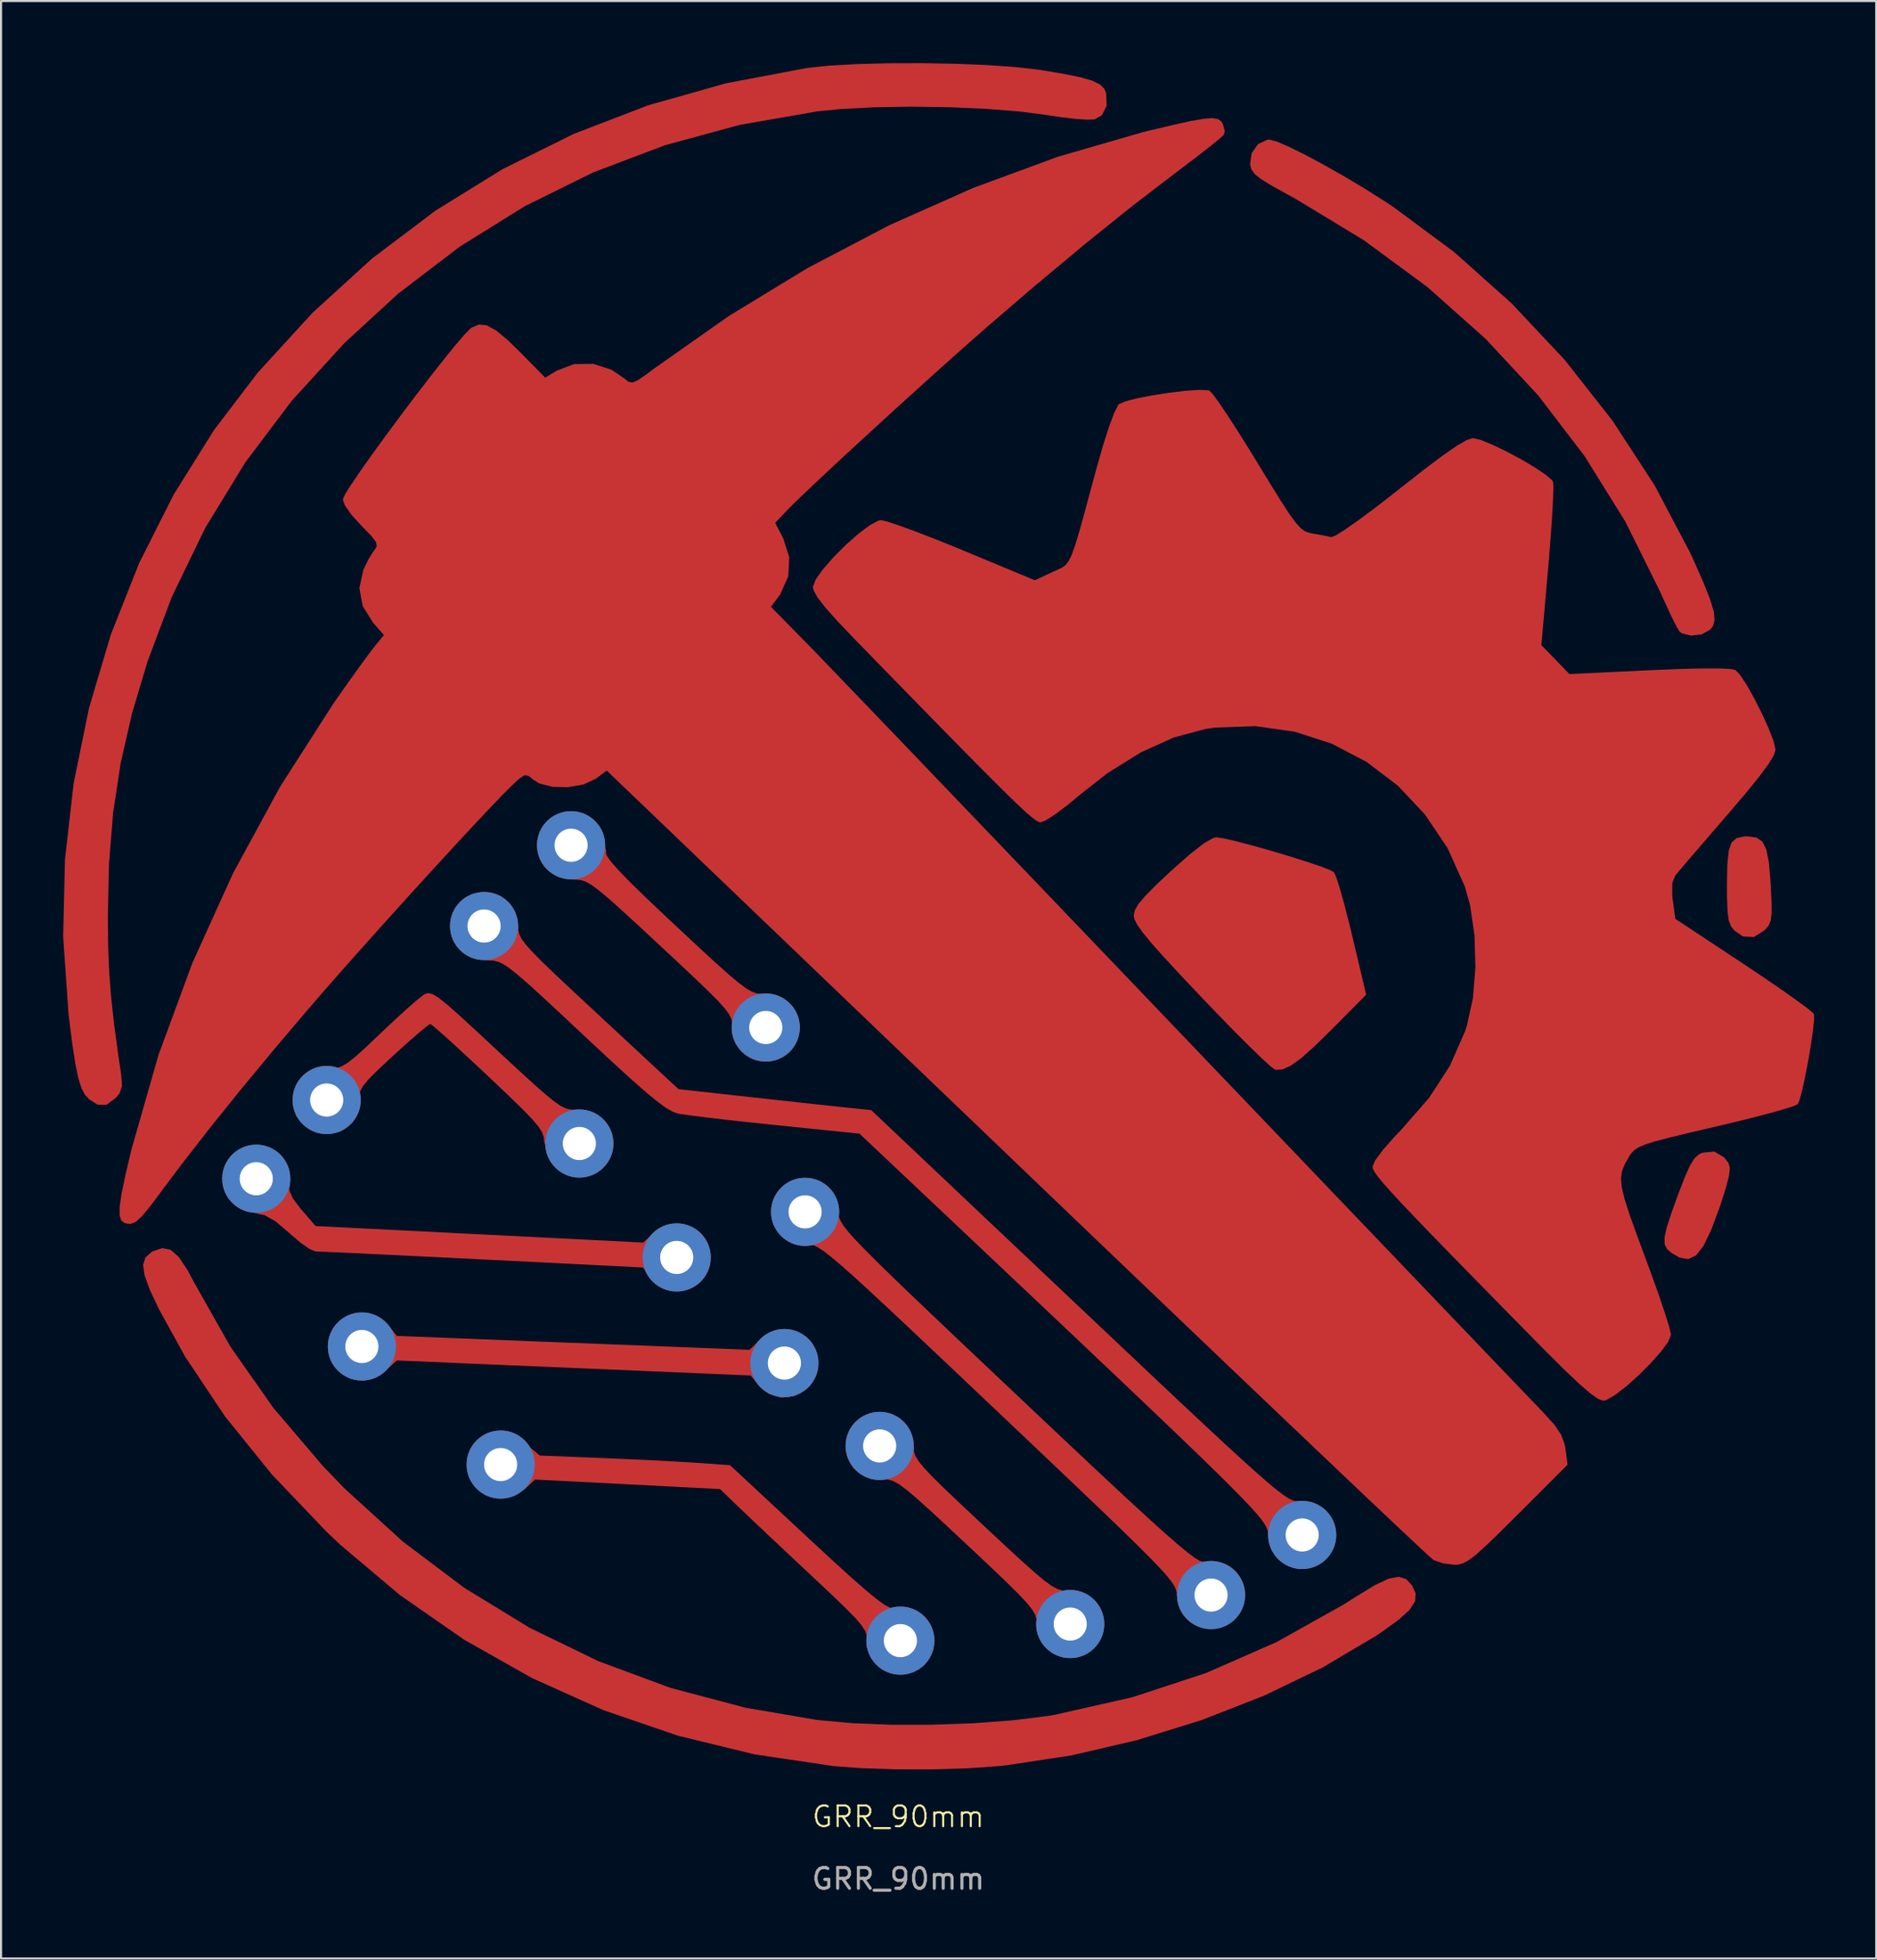
<source format=kicad_pcb>
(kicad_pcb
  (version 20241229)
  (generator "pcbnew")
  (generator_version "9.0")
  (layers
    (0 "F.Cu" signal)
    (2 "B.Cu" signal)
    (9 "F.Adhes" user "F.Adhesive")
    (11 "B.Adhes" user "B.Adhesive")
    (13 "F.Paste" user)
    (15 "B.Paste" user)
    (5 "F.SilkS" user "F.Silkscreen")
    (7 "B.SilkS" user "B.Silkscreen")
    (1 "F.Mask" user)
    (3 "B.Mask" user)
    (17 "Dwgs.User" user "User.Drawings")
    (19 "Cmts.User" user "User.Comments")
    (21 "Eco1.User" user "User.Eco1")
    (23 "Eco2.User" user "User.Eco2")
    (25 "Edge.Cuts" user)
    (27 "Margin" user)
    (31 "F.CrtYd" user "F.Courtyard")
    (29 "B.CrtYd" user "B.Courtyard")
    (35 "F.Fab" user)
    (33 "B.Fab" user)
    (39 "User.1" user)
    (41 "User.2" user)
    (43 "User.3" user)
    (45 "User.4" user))
  (footprint "GRR_90mm"
    (layer "F.Cu")
    (at 40.323 85.158)
    (property "Reference" "GRR_90mm" (at 0 -0.5 0) (unlocked yes) (layer "F.SilkS") (effects (font (size 1 1) (thickness 0.1))))
    (attr smd)
    (fp_poly (pts (xy -24.972 -24.548) (xy -24.55 -24.141) (xy -24.211 -23.71) (xy -15.699 -23.375) (xy -7.187 -23.041) (xy -6.773 -23.43) (xy -6.117 -23.836) (xy -5.399 -23.943) (xy -4.714 -23.754) (xy -4.176 -23.299) (xy -4.028 -22.935) (xy -3.953 -22.413) (xy -3.95 -22.33) (xy -4.093 -21.64) (xy -4.48 -21.122) (xy -5.026 -20.809) (xy -5.649 -20.731) (xy -6.266 -20.922) (xy -6.691 -21.281) (xy -7.128 -21.799) (xy -15.669 -22.163) (xy -24.211 -22.526) (xy -24.661 -22.121) (xy -25.252 -21.693) (xy -25.807 -21.559) (xy -26.403 -21.673) (xy -26.957 -22.014) (xy -27.371 -22.559) (xy -27.543 -23.167) (xy -27.543 -23.194) (xy -27.385 -23.802) (xy -26.978 -24.353) (xy -26.427 -24.706) (xy -26.401 -24.715) (xy -25.64 -24.805)) (stroke (width 0) (type solid)) (fill yes) (layer "F.Cu"))
    (fp_poly (pts (xy -30.296 -32.677) (xy -29.77 -32.273) (xy -29.446 -31.712) (xy -29.397 -31.13) (xy -29.401 -30.74) (xy -29.24 -30.355) (xy -28.865 -29.86) (xy -28.811 -29.798) (xy -28.136 -29.016) (xy -20.229 -28.617) (xy -12.321 -28.217) (xy -11.9 -28.6) (xy -11.3 -29) (xy -10.63 -29.1) (xy -10 -28.9) (xy -9.5 -28.568) (xy -9.3 -28.289) (xy -9.071 -27.633) (xy -9.188 -26.995) (xy -9.531 -26.442) (xy -10.038 -26.045) (xy -10.648 -25.873) (xy -11.261 -25.978) (xy -11.652 -26.236) (xy -11.987 -26.575) (xy -12.332 -27.015) (xy -20.073 -27.403) (xy -21.717 -27.486) (xy -23.258 -27.562) (xy -24.655 -27.63) (xy -25.87 -27.689) (xy -26.865 -27.736) (xy -27.601 -27.769) (xy -28.038 -27.787) (xy -28.14 -27.79) (xy -28.425 -27.906) (xy -28.87 -28.216) (xy -29.381 -28.653) (xy -29.418 -28.688) (xy -30.087 -29.256) (xy -30.602 -29.542) (xy -30.857 -29.589) (xy -31.6 -29.8) (xy -32.1 -30.2) (xy -32.5 -30.656) (xy -32.5 -30.717) (xy -32.611 -31.51) (xy -32.363 -32.162) (xy -31.85 -32.619) (xy -31.114 -32.825) (xy -30.942 -32.831)) (stroke (width 0) (type solid)) (fill yes) (layer "F.Cu"))
    (fp_poly (pts (xy -18.602 -18.962) (xy -18.132 -18.623) (xy -18.05 -18.555) (xy -17.308 -17.935) (xy -14.274 -17.814) (xy -13.118 -17.764) (xy -11.949 -17.709) (xy -10.876 -17.653) (xy -10.004 -17.603) (xy -9.683 -17.581) (xy -8.125 -17.47) (xy -4.369 -13.974) (xy -3.226 -12.917) (xy -2.314 -12.088) (xy -1.605 -11.464) (xy -1.072 -11.024) (xy -0.686 -10.743) (xy -0.419 -10.6) (xy -0.245 -10.571) (xy -0.228 -10.574) (xy 0.415 -10.566) (xy 1.033 -10.283) (xy 1.526 -9.802) (xy 1.696 -9.2) (xy 1.72 -8.962) (xy 1.577 -8.405) (xy 1.22 -7.855) (xy 0.9 -7.6) (xy 0.834 -7.566) (xy 0.315 -7.387) (xy -0.029 -7.415) (xy -0.332 -7.521) (xy -1.039 -7.847) (xy -1.412 -8.479) (xy -1.495 -8.981) (xy -1.514 -9.219) (xy -1.593 -9.456) (xy -1.769 -9.733) (xy -2.075 -10.092) (xy -2.547 -10.574) (xy -3.219 -11.22) (xy -4.026 -11.978) (xy -4.901 -12.798) (xy -5.765 -13.609) (xy -6.551 -14.35) (xy -7.194 -14.959) (xy -7.583 -15.33) (xy -8.609 -16.317) (xy -13.077 -16.547) (xy -17.545 -16.777) (xy -18.017 -16.326) (xy -18.635 -16) (xy -19.291 -15.9) (xy -19.913 -16.021) (xy -20.425 -16.405) (xy -20.755 -16.963) (xy -20.827 -17.655) (xy -20.795 -17.849) (xy -20.488 -18.512) (xy -19.915 -18.933) (xy -19.407 -19.075) (xy -18.982 -19.096)) (stroke (width 0) (type solid)) (fill yes) (layer "F.Cu"))
    (fp_poly (pts (xy -0.268 -19.878) (xy 0.303 -19.446) (xy 0.661 -18.829) (xy 0.739 -18.351) (xy 0.754 -18.142) (xy 0.82 -17.929) (xy 0.967 -17.68) (xy 1.224 -17.361) (xy 1.622 -16.937) (xy 2.19 -16.375) (xy 2.96 -15.642) (xy 3.96 -14.702) (xy 4.117 -14.556) (xy 5.15 -13.592) (xy 5.959 -12.847) (xy 6.579 -12.292) (xy 7.047 -11.901) (xy 7.401 -11.644) (xy 7.676 -11.493) (xy 7.911 -11.42) (xy 8.14 -11.398) (xy 8.24 -11.396) (xy 9.017 -11.27) (xy 9.5 -10.888) (xy 9.83 -10.24) (xy 9.867 -10.029) (xy 9.811 -9.279) (xy 9.45 -8.689) (xy 8.823 -8.307) (xy 8.448 -8.214) (xy 7.974 -8.183) (xy 7.614 -8.321) (xy 7.232 -8.656) (xy 6.824 -9.187) (xy 6.686 -9.749) (xy 6.684 -9.84) (xy 6.668 -10.049) (xy 6.602 -10.262) (xy 6.454 -10.512) (xy 6.196 -10.833) (xy 5.796 -11.258) (xy 5.226 -11.823) (xy 4.454 -12.559) (xy 3.451 -13.502) (xy 3.307 -13.637) (xy 2.276 -14.601) (xy 1.469 -15.346) (xy 0.851 -15.9) (xy 0.385 -16.292) (xy 0.033 -16.549) (xy -0.242 -16.701) (xy -0.477 -16.774) (xy -0.708 -16.797) (xy -0.844 -16.799) (xy -1.629 -16.938) (xy -2.176 -17.341) (xy -2.463 -17.987) (xy -2.504 -18.42) (xy -2.357 -19.176) (xy -1.9 -19.7) (xy -1.316 -19.9) (xy -0.967 -19.941)) (stroke (width 0) (type solid)) (fill yes) (layer "F.Cu"))
    (fp_poly (pts (xy -14.925 -48.745) (xy -14.425 -48.288) (xy -14.277 -48.02) (xy -14.2 -47.523) (xy -14.108 -47.119) (xy -14.118 -47.076) (xy -14.083 -46.911) (xy -13.892 -46.628) (xy -13.522 -46.205) (xy -12.953 -45.62) (xy -12.163 -44.849) (xy -11.13 -43.872) (xy -10.719 -43.487) (xy -9.664 -42.503) (xy -8.834 -41.739) (xy -8.195 -41.167) (xy -7.711 -40.76) (xy -7.346 -40.489) (xy -7.064 -40.327) (xy -6.83 -40.246) (xy -6.607 -40.219) (xy -6.492 -40.217) (xy -5.696 -40.075) (xy -5.2 -39.673) (xy -4.812 -39.041) (xy -4.764 -38.596) (xy -4.9 -38.018) (xy -5.1 -37.61) (xy -5.265 -37.406) (xy -5.938 -37.04) (xy -6.663 -37.004) (xy -7.352 -37.298) (xy -7.482 -37.4) (xy -7.843 -37.823) (xy -7.984 -38.356) (xy -7.996 -38.564) (xy -8.01 -38.795) (xy -8.059 -39.01) (xy -8.174 -39.243) (xy -8.384 -39.528) (xy -8.719 -39.9) (xy -9.21 -40.392) (xy -9.886 -41.039) (xy -10.776 -41.875) (xy -11.478 -42.529) (xy -12.527 -43.504) (xy -13.35 -44.259) (xy -13.982 -44.824) (xy -14.46 -45.224) (xy -14.819 -45.488) (xy -15.095 -45.643) (xy -15.324 -45.717) (xy -15.543 -45.737) (xy -15.658 -45.736) (xy -16.377 -45.859) (xy -16.906 -46.219) (xy -17.231 -46.74) (xy -17.338 -47.343) (xy -17.215 -47.954) (xy -16.847 -48.494) (xy -16.222 -48.887) (xy -16.213 -48.89) (xy -15.56 -48.964)) (stroke (width 0) (type solid)) (fill yes) (layer "F.Cu"))
    (fp_poly (pts (xy -4.221 -31.313) (xy -3.553 -31.043) (xy -3.122 -30.515) (xy -2.913 -29.719) (xy -2.89 -29.557) (xy -2.846 -29.396) (xy -2.762 -29.215) (xy -2.62 -28.996) (xy -2.4 -28.719) (xy -2.083 -28.364) (xy -1.651 -27.913) (xy -1.085 -27.345) (xy -0.366 -26.642) (xy 0.525 -25.784) (xy 1.608 -24.751) (xy 2.9 -23.524) (xy 4.421 -22.085) (xy 5.738 -20.84) (xy 7.485 -19.19) (xy 8.991 -17.773) (xy 10.273 -16.572) (xy 11.351 -15.572) (xy 12.241 -14.756) (xy 12.964 -14.107) (xy 13.537 -13.61) (xy 13.978 -13.247) (xy 14.307 -13.002) (xy 14.54 -12.86) (xy 14.697 -12.803) (xy 14.751 -12.801) (xy 15.448 -12.738) (xy 16.056 -12.42) (xy 16.502 -11.921) (xy 16.712 -11.314) (xy 16.683 -10.88) (xy 16.365 -10.223) (xy 15.845 -9.778) (xy 15.212 -9.571) (xy 14.553 -9.8) (xy 14.059 -10.074) (xy 13.987 -10.146) (xy 13.6 -10.7) (xy 13.45 -11.181) (xy 13.441 -11.323) (xy 13.405 -11.472) (xy 13.323 -11.646) (xy 13.178 -11.864) (xy 12.951 -12.146) (xy 12.622 -12.511) (xy 12.173 -12.978) (xy 11.586 -13.565) (xy 10.842 -14.293) (xy 9.922 -15.18) (xy 8.807 -16.245) (xy 7.479 -17.508) (xy 5.919 -18.988) (xy 4.846 -20.005) (xy 3.137 -21.625) (xy 1.668 -23.014) (xy 0.421 -24.19) (xy -0.626 -25.172) (xy -1.493 -25.976) (xy -2.199 -26.621) (xy -2.766 -27.123) (xy -3.213 -27.501) (xy -3.56 -27.773) (xy -3.828 -27.955) (xy -4.038 -28.066) (xy -4.208 -28.123) (xy -4.36 -28.145) (xy -4.484 -28.148) (xy -5.245 -28.293) (xy -5.787 -28.704) (xy -6.069 -29.342) (xy -6.101 -29.716) (xy -5.947 -30.477) (xy -5.5 -31) (xy -4.9 -31.3)) (stroke (width 0) (type solid)) (fill yes) (layer "F.Cu"))
    (fp_poly (pts (xy -22.5 -40.218) (xy -22.216 -40.051) (xy -21.808 -39.729) (xy -21.232 -39.223) (xy -20.447 -38.501) (xy -20.313 -38.377) (xy -19.179 -37.322) (xy -18.276 -36.487) (xy -17.572 -35.845) (xy -17.034 -35.372) (xy -16.628 -35.041) (xy -16.322 -34.827) (xy -16.083 -34.705) (xy -15.879 -34.648) (xy -15.675 -34.633) (xy -15.482 -34.633) (xy -14.717 -34.488) (xy -14.174 -34.08) (xy -13.891 -33.443) (xy -13.858 -33.065) (xy -14.009 -32.319) (xy -14.398 -31.773) (xy -14.95 -31.458) (xy -15.588 -31.406) (xy -16.238 -31.649) (xy -16.568 -31.917) (xy -16.9 -32.466) (xy -17.095 -33.068) (xy -17.095 -33.069) (xy -17.114 -33.299) (xy -17.193 -33.532) (xy -17.366 -33.807) (xy -17.667 -34.164) (xy -18.128 -34.642) (xy -18.783 -35.28) (xy -19.666 -36.118) (xy -19.79 -36.235) (xy -20.606 -36.999) (xy -21.334 -37.671) (xy -21.933 -38.215) (xy -22.363 -38.592) (xy -22.584 -38.768) (xy -22.601 -38.776) (xy -22.771 -38.661) (xy -23.149 -38.346) (xy -23.684 -37.879) (xy -24.32 -37.305) (xy -24.402 -37.229) (xy -25.108 -36.572) (xy -25.581 -36.098) (xy -25.862 -35.757) (xy -25.991 -35.499) (xy -26.008 -35.27) (xy -25.998 -35.203) (xy -26.048 -34.585) (xy -26.366 -34.006) (xy -26.9 -33.6) (xy -27.3 -33.5) (xy -28 -33.5) (xy -28.6 -33.8) (xy -29.076 -34.339) (xy -29.086 -34.363) (xy -29.246 -35.123) (xy -29.087 -35.781) (xy -28.65 -36.281) (xy -27.972 -36.568) (xy -27.496 -36.614) (xy -27.186 -36.633) (xy -26.901 -36.714) (xy -26.583 -36.899) (xy -26.173 -37.226) (xy -25.614 -37.735) (xy -25.003 -38.317) (xy -24.321 -38.96) (xy -23.703 -39.523) (xy -23.21 -39.952) (xy -22.901 -40.192) (xy -22.864 -40.215) (xy -22.702 -40.263)) (stroke (width 0) (type solid)) (fill yes) (layer "F.Cu"))
    (fp_poly (pts (xy -19.182 -44.934) (xy -18.7 -44.5) (xy -18.5 -43.924) (xy -18.356 -43.507) (xy -18.347 -43.299) (xy -18.299 -43.099) (xy -18.186 -42.875) (xy -17.979 -42.596) (xy -17.65 -42.23) (xy -17.169 -41.746) (xy -16.511 -41.113) (xy -15.645 -40.3) (xy -14.543 -39.276) (xy -14.484 -39.22) (xy -10.611 -35.623) (xy -7.143 -35.241) (xy -5.969 -35.111) (xy -4.832 -34.987) (xy -3.813 -34.876) (xy -2.994 -34.788) (xy -2.491 -34.734) (xy -1.307 -34.611) (xy 8.678 -25.167) (xy 10.536 -23.411) (xy 12.151 -21.886) (xy 13.542 -20.576) (xy 14.727 -19.466) (xy 15.724 -18.539) (xy 16.552 -17.778) (xy 17.229 -17.167) (xy 17.773 -16.69) (xy 18.204 -16.33) (xy 18.539 -16.071) (xy 18.796 -15.897) (xy 18.995 -15.792) (xy 19.154 -15.739) (xy 19.29 -15.721) (xy 19.324 -15.721) (xy 20.006 -15.669) (xy 20.4 -15.4) (xy 20.758 -15.117) (xy 20.831 -14.984) (xy 21.076 -14.237) (xy 20.977 -13.576) (xy 20.568 -13.002) (xy 19.937 -12.572) (xy 19.275 -12.496) (xy 18.619 -12.775) (xy 18.464 -12.896) (xy 18.049 -13.441) (xy 17.868 -14.106) (xy 17.85 -14.23) (xy 17.819 -14.354) (xy 17.762 -14.493) (xy 17.666 -14.659) (xy 17.518 -14.865) (xy 17.305 -15.125) (xy 17.012 -15.451) (xy 16.627 -15.857) (xy 16.136 -16.357) (xy 15.526 -16.963) (xy 14.784 -17.688) (xy 13.896 -18.546) (xy 12.848 -19.55) (xy 11.628 -20.712) (xy 10.222 -22.047) (xy 8.617 -23.568) (xy 6.799 -25.287) (xy 4.755 -27.217) (xy 2.472 -29.373) (xy 0.739 -31.009) (xy -1.873 -33.475) (xy -5.926 -33.89) (xy -7.139 -34.017) (xy -8.268 -34.142) (xy -9.251 -34.257) (xy -10.027 -34.354) (xy -10.532 -34.427) (xy -10.65 -34.448) (xy -10.901 -34.538) (xy -11.225 -34.726) (xy -11.651 -35.039) (xy -12.21 -35.5) (xy -12.932 -36.136) (xy -13.846 -36.97) (xy -14.982 -38.028) (xy -15.182 -38.215) (xy -16.293 -39.256) (xy -17.175 -40.075) (xy -17.863 -40.701) (xy -18.389 -41.157) (xy -18.788 -41.472) (xy -19.092 -41.671) (xy -19.335 -41.781) (xy -19.551 -41.828) (xy -19.774 -41.838) (xy -19.795 -41.838) (xy -20.408 -41.913) (xy -20.89 -42.195) (xy -21.072 -42.365) (xy -21.51 -42.995) (xy -21.589 -43.64) (xy -21.309 -44.279) (xy -21.072 -44.554) (xy -20.449 -44.973) (xy -19.794 -45.09)) (stroke (width 0) (type solid)) (fill yes) (layer "F.Cu"))
    (fp_text user "${REFERENCE}" (at 0 2.5 0) (unlocked yes) (layer "F.Fab") (effects (font (size 1 1) (thickness 0.15))))
    (pad "1" smd custom (at -38.5 -36) (size 0.643 0.643) (layers "F.Cu" "F.Mask" "F.Paste") (options (anchor circle)) (primitives (gr_poly (pts (xy -0.322 -0.22) (xy -0.309 -0.282) (xy -0.274 -0.334) (xy -0.222 -0.369) (xy -0.161 -0.381) (xy 0.161 -0.381) (xy 0.222 -0.369) (xy 0.274 -0.334) (xy 0.309 -0.282) (xy 0.322 -0.22) (xy 0.322 0.22) (xy 0.309 0.282) (xy 0.274 0.334) (xy 0.222 0.369) (xy 0.161 0.381) (xy -0.161 0.381) (xy -0.222 0.369) (xy -0.274 0.334) (xy -0.309 0.282) (xy -0.322 0.22)) (width 0) (fill yes)) (gr_poly (pts (xy 41.242 -49.129) (xy 42.775 -49.067) (xy 44.138 -48.973) (xy 45.242 -48.847) (xy 45.303 -48.837) (xy 46.454 -48.647) (xy 47.295 -48.477) (xy 47.876 -48.309) (xy 48.246 -48.127) (xy 48.453 -47.914) (xy 48.534 -47.716) (xy 48.56 -47.106) (xy 48.332 -46.648) (xy 47.98 -46.445) (xy 47.626 -46.429) (xy 47.018 -46.472) (xy 46.257 -46.565) (xy 45.786 -46.638) (xy 44.402 -46.82) (xy 42.764 -46.952) (xy 40.974 -47.032) (xy 39.135 -47.058) (xy 37.35 -47.03) (xy 35.72 -46.944) (xy 34.595 -46.833) (xy 30.844 -46.179) (xy 27.233 -45.196) (xy 23.77 -43.885) (xy 20.464 -42.252) (xy 17.322 -40.299) (xy 14.353 -38.032) (xy 11.764 -35.655) (xy 9.208 -32.853) (xy 6.965 -29.875) (xy 5.037 -26.722) (xy 3.424 -23.395) (xy 2.242 -20.25) (xy 1.499 -17.756) (xy 0.954 -15.372) (xy 0.59 -12.984) (xy 0.388 -10.48) (xy 0.332 -7.915) (xy 0.348 -6.564) (xy 0.397 -5.328) (xy 0.489 -4.104) (xy 0.632 -2.789) (xy 0.835 -1.281) (xy 0.978 -0.32) (xy 1.017 0.219) (xy 0.9 0.579) (xy 0.71 0.806) (xy 0.263 1.131) (xy -0.16 1.124) (xy -0.561 0.872) (xy -0.77 0.648) (xy -0.945 0.315) (xy -1.097 -0.177) (xy -1.24 -0.875) (xy -1.385 -1.829) (xy -1.543 -3.087) (xy -1.566 -3.277) (xy -1.823 -6.982) (xy -1.737 -10.697) (xy -1.317 -14.392) (xy -0.573 -18.034) (xy 0.486 -21.592) (xy 1.851 -25.035) (xy 3.513 -28.331) (xy 5.462 -31.448) (xy 7.566 -34.211) (xy 10.227 -37.117) (xy 13.092 -39.728) (xy 16.154 -42.04) (xy 19.402 -44.047) (xy 22.828 -45.743) (xy 26.424 -47.125) (xy 30.179 -48.187) (xy 34.085 -48.924) (xy 34.105 -48.927) (xy 35.168 -49.038) (xy 36.502 -49.113) (xy 38.017 -49.153) (xy 39.627 -49.158)) (width 0) (fill yes))))
    (pad "1" smd custom (at -35 -26.5) (size 0.643 0.643) (layers "F.Cu" "F.Mask" "F.Paste") (options (anchor circle)) (primitives (gr_poly (pts (xy -0.322 -0.22) (xy -0.309 -0.282) (xy -0.274 -0.334) (xy -0.222 -0.369) (xy -0.161 -0.381) (xy 0.161 -0.381) (xy 0.222 -0.369) (xy 0.274 -0.334) (xy 0.309 -0.282) (xy 0.322 -0.22) (xy 0.322 0.22) (xy 0.309 0.282) (xy 0.274 0.334) (xy 0.222 0.369) (xy 0.161 0.381) (xy -0.161 0.381) (xy -0.222 0.369) (xy -0.274 0.334) (xy -0.309 0.282) (xy -0.322 0.22)) (width 0) (fill yes)) (gr_poly (pts (xy -0.132 -1.368) (xy 0.265 -1.016) (xy 0.695 -0.366) (xy 0.99 0.191) (xy 2.751 3.306) (xy 4.823 6.261) (xy 7.219 9.072) (xy 8.264 10.155) (xy 11.067 12.71) (xy 14.049 14.955) (xy 17.203 16.883) (xy 20.521 18.493) (xy 23.995 19.78) (xy 27.616 20.739) (xy 31.095 21.333) (xy 32.753 21.485) (xy 34.637 21.561) (xy 36.635 21.561) (xy 38.636 21.489) (xy 40.532 21.347) (xy 42.211 21.138) (xy 42.584 21.075) (xy 46.289 20.236) (xy 49.846 19.068) (xy 53.257 17.572) (xy 56.522 15.746) (xy 57.137 15.354) (xy 58.018 14.817) (xy 58.676 14.507) (xy 59.162 14.416) (xy 59.525 14.533) (xy 59.809 14.843) (xy 59.98 15.228) (xy 59.948 15.606) (xy 59.684 16.014) (xy 59.161 16.492) (xy 58.35 17.078) (xy 58.035 17.288) (xy 55.476 18.802) (xy 52.655 20.159) (xy 49.647 21.335) (xy 46.527 22.303) (xy 43.368 23.039) (xy 40.246 23.515) (xy 39.806 23.561) (xy 38.3 23.666) (xy 36.601 23.717) (xy 34.849 23.714) (xy 33.184 23.656) (xy 31.866 23.557) (xy 28.061 22.992) (xy 24.354 22.089) (xy 20.767 20.859) (xy 17.321 19.311) (xy 14.038 17.456) (xy 10.939 15.303) (xy 8.046 12.863) (xy 7.386 12.236) (xy 4.766 9.492) (xy 2.494 6.679) (xy 0.565 3.79) (xy -0.683 1.526) (xy -1.135 0.571) (xy -1.394 -0.135) (xy -1.464 -0.641) (xy -1.352 -0.998) (xy -1.062 -1.257) (xy -0.991 -1.297) (xy -0.537 -1.451)) (width 0) (fill yes))))
    (pad "1" smd custom (at -21 -69) (size 0.643 0.643) (layers "F.Cu" "F.Mask" "F.Paste") (options (anchor circle)) (primitives (gr_poly (pts (xy -0.322 -0.22) (xy -0.309 -0.282) (xy -0.274 -0.334) (xy -0.222 -0.369) (xy -0.161 -0.381) (xy 0.161 -0.381) (xy 0.222 -0.369) (xy 0.274 -0.334) (xy 0.309 -0.282) (xy 0.322 -0.22) (xy 0.322 0.22) (xy 0.309 0.282) (xy 0.274 0.334) (xy 0.222 0.369) (xy 0.161 0.381) (xy -0.161 0.381) (xy -0.222 0.369) (xy -0.274 0.334) (xy -0.309 0.282) (xy -0.322 0.22)) (width 0) (fill yes)) (gr_poly (pts (xy 36.43 -13.463) (xy 36.59 -13.352) (xy 36.661 -13.246) (xy 36.76 -12.888) (xy 36.723 -12.708) (xy 36.542 -12.537) (xy 36.124 -12.196) (xy 35.525 -11.727) (xy 34.798 -11.173) (xy 34.439 -10.904) (xy 32.3 -9.265) (xy 29.98 -7.4) (xy 27.459 -5.293) (xy 25.346 -3.477) (xy 24.472 -2.71) (xy 23.468 -1.817) (xy 22.377 -0.837) (xy 21.241 0.192) (xy 20.101 1.231) (xy 19 2.242) (xy 17.979 3.186) (xy 17.081 4.026) (xy 16.347 4.721) (xy 15.82 5.235) (xy 15.649 5.409) (xy 15.053 6.034) (xy 15.446 6.788) (xy 15.735 7.701) (xy 15.684 8.625) (xy 15.3 9.482) (xy 15.246 9.556) (xy 14.852 10.09) (xy 16.557 11.826) (xy 16.892 12.17) (xy 17.459 12.757) (xy 18.241 13.571) (xy 19.224 14.593) (xy 20.388 15.806) (xy 21.719 17.194) (xy 23.199 18.738) (xy 24.812 20.422) (xy 26.542 22.228) (xy 28.372 24.139) (xy 30.284 26.138) (xy 32.264 28.207) (xy 34.293 30.329) (xy 34.71 30.765) (xy 36.732 32.88) (xy 38.698 34.935) (xy 40.591 36.915) (xy 42.396 38.803) (xy 44.097 40.581) (xy 45.679 42.235) (xy 47.126 43.748) (xy 48.422 45.102) (xy 49.552 46.283) (xy 50.499 47.272) (xy 51.249 48.055) (xy 51.786 48.615) (xy 52.093 48.935) (xy 52.134 48.978) (xy 52.68 49.581) (xy 53.005 50.061) (xy 53.172 50.518) (xy 53.213 50.747) (xy 53.315 51.505) (xy 50.895 53.925) (xy 50.039 54.776) (xy 49.39 55.402) (xy 48.908 55.836) (xy 48.548 56.113) (xy 48.269 56.266) (xy 48.028 56.33) (xy 47.852 56.338) (xy 47.304 56.27) (xy 46.853 56.115) (xy 46.849 56.113) (xy 46.678 55.965) (xy 46.261 55.582) (xy 45.613 54.977) (xy 44.749 54.163) (xy 43.682 53.155) (xy 42.429 51.966) (xy 41.002 50.61) (xy 39.416 49.101) (xy 37.686 47.453) (xy 35.827 45.679) (xy 33.852 43.793) (xy 31.777 41.809) (xy 29.615 39.741) (xy 27.381 37.602) (xy 26.696 36.945) (xy 6.923 17.996) (xy 6.39 18.391) (xy 5.802 18.665) (xy 5.063 18.795) (xy 4.306 18.779) (xy 3.662 18.614) (xy 3.379 18.438) (xy 3.14 18.244) (xy 2.946 18.219) (xy 2.69 18.392) (xy 2.349 18.709) (xy 1.898 19.159) (xy 1.246 19.839) (xy 0.43 20.707) (xy -0.512 21.723) (xy -1.542 22.846) (xy -2.624 24.033) (xy -3.72 25.246) (xy -4.793 26.442) (xy -5.806 27.58) (xy -6.72 28.621) (xy -7.274 29.26) (xy -9.039 31.335) (xy -10.714 33.357) (xy -12.256 35.272) (xy -13.622 37.027) (xy -14.56 38.279) (xy -15.118 39.025) (xy -15.524 39.514) (xy -15.827 39.787) (xy -16.074 39.886) (xy -16.314 39.854) (xy -16.361 39.837) (xy -16.519 39.714) (xy -16.599 39.469) (xy -16.596 39.057) (xy -16.506 38.435) (xy -16.325 37.559) (xy -16.048 36.385) (xy -16.007 36.221) (xy -14.718 31.716) (xy -13.085 27.285) (xy -11.124 22.96) (xy -8.847 18.771) (xy -6.27 14.75) (xy -6.132 14.552) (xy -5.567 13.75) (xy -5.039 13.013) (xy -4.599 12.412) (xy -4.301 12.019) (xy -4.259 11.967) (xy -3.835 11.454) (xy -4.354 10.862) (xy -4.862 10.051) (xy -5.022 9.185) (xy -4.831 8.308) (xy -4.584 7.796) (xy -4.333 7.396) (xy -4.288 7.342) (xy -4.179 7.164) (xy -4.22 6.959) (xy -4.45 6.658) (xy -4.908 6.189) (xy -4.926 6.172) (xy -5.408 5.641) (xy -5.727 5.179) (xy -5.823 4.904) (xy -5.716 4.665) (xy -5.42 4.191) (xy -4.969 3.527) (xy -4.398 2.719) (xy -3.74 1.814) (xy -3.032 0.859) (xy -2.307 -0.102) (xy -1.6 -1.021) (xy -0.946 -1.853) (xy -0.378 -2.551) (xy 0.067 -3.069) (xy 0.355 -3.361) (xy 0.395 -3.391) (xy 0.747 -3.539) (xy 1.127 -3.501) (xy 1.584 -3.252) (xy 2.168 -2.765) (xy 2.802 -2.144) (xy 3.951 -0.974) (xy 4.514 -1.317) (xy 5.356 -1.632) (xy 6.27 -1.64) (xy 7.159 -1.355) (xy 7.778 -0.93) (xy 7.975 -0.774) (xy 8.165 -0.739) (xy 8.428 -0.852) (xy 8.845 -1.14) (xy 9.219 -1.421) (xy 12.818 -3.953) (xy 16.62 -6.267) (xy 20.571 -8.337) (xy 24.616 -10.136) (xy 28.698 -11.638) (xy 32.764 -12.816) (xy 33.088 -12.895) (xy 34.258 -13.174) (xy 35.128 -13.366) (xy 35.748 -13.475) (xy 36.165 -13.505)) (width 0) (fill yes))))
    (pad "1" smd custom (at 15.937 -43.722) (size 0.643 0.643) (layers "F.Cu" "F.Mask" "F.Paste") (options (anchor circle)) (primitives (gr_poly (pts (xy -0.322 -0.22) (xy -0.309 -0.282) (xy -0.274 -0.334) (xy -0.222 -0.369) (xy -0.161 -0.381) (xy 0.161 -0.381) (xy 0.222 -0.369) (xy 0.274 -0.334) (xy 0.309 -0.282) (xy 0.322 -0.22) (xy 0.322 0.22) (xy 0.309 0.282) (xy 0.274 0.334) (xy 0.222 0.369) (xy 0.161 0.381) (xy -0.161 0.381) (xy -0.222 0.369) (xy -0.274 0.334) (xy -0.309 0.282) (xy -0.322 0.22)) (width 0) (fill yes)) (gr_poly (pts (xy -0.232 -4.01) (xy 0.367 -3.873) (xy 1.137 -3.671) (xy 2.001 -3.428) (xy 2.885 -3.166) (xy 3.713 -2.906) (xy 4.409 -2.672) (xy 4.897 -2.486) (xy 5.095 -2.379) (xy 5.205 -2.14) (xy 5.375 -1.613) (xy 5.587 -0.863) (xy 5.822 0.046) (xy 5.977 0.683) (xy 6.652 3.536) (xy 5.049 5.155) (xy 4.192 5.997) (xy 3.527 6.591) (xy 3.014 6.964) (xy 2.614 7.146) (xy 2.287 7.164) (xy 2.254 7.158) (xy 2.056 7.013) (xy 1.647 6.641) (xy 1.064 6.077) (xy 0.342 5.356) (xy -0.482 4.513) (xy -1.304 3.655) (xy -2.332 2.567) (xy -3.132 1.702) (xy -3.727 1.033) (xy -4.143 0.527) (xy -4.405 0.155) (xy -4.538 -0.113) (xy -4.569 -0.279) (xy -4.518 -0.538) (xy -4.339 -0.849) (xy -3.992 -1.257) (xy -3.44 -1.81) (xy -2.789 -2.42) (xy -1.878 -3.228) (xy -1.193 -3.764) (xy -0.731 -4.029) (xy -0.585 -4.061)) (width 0) (fill yes))))
    (pad "1" smd custom (at 18.5 -80.5) (size 0.643 0.643) (layers "F.Cu" "F.Mask" "F.Paste") (options (anchor circle)) (primitives (gr_poly (pts (xy -0.322 -0.22) (xy -0.309 -0.282) (xy -0.274 -0.334) (xy -0.222 -0.369) (xy -0.161 -0.381) (xy 0.161 -0.381) (xy 0.222 -0.369) (xy 0.274 -0.334) (xy 0.309 -0.282) (xy 0.322 -0.22) (xy 0.322 0.22) (xy 0.309 0.282) (xy 0.274 0.334) (xy 0.222 0.369) (xy 0.161 0.381) (xy -0.161 0.381) (xy -0.222 0.369) (xy -0.274 0.334) (xy -0.309 0.282) (xy -0.322 0.22)) (width 0) (fill yes)) (gr_poly (pts (xy -0.234 -0.877) (xy 0.367 -0.619) (xy 1.157 -0.228) (xy 2.078 0.266) (xy 3.074 0.832) (xy 4.088 1.44) (xy 5.062 2.058) (xy 5.372 2.263) (xy 8.342 4.465) (xy 11.121 6.947) (xy 13.68 9.673) (xy 15.987 12.608) (xy 18.012 15.715) (xy 19.723 18.958) (xy 19.907 19.358) (xy 20.38 20.427) (xy 20.697 21.228) (xy 20.871 21.809) (xy 20.913 22.221) (xy 20.836 22.515) (xy 20.703 22.69) (xy 20.291 22.917) (xy 19.78 22.98) (xy 19.337 22.871) (xy 19.206 22.764) (xy 19.058 22.511) (xy 18.808 22.009) (xy 18.496 21.338) (xy 18.268 20.828) (xy 16.599 17.468) (xy 14.636 14.313) (xy 12.385 11.37) (xy 9.853 8.647) (xy 7.048 6.151) (xy 3.977 3.89) (xy 0.645 1.87) (xy 0.343 1.706) (xy -0.453 1.267) (xy -0.982 0.942) (xy -1.299 0.687) (xy -1.459 0.458) (xy -1.517 0.228) (xy -1.437 -0.318) (xy -1.128 -0.753) (xy -0.677 -0.964) (xy -0.59 -0.97)) (width 0) (fill yes))))
    (pad "1" smd custom (at 38.5 -30) (size 0.643 0.643) (layers "F.Cu" "F.Mask" "F.Paste") (options (anchor circle)) (primitives (gr_poly (pts (xy -0.322 -0.22) (xy -0.309 -0.282) (xy -0.274 -0.334) (xy -0.222 -0.369) (xy -0.161 -0.381) (xy 0.161 -0.381) (xy 0.222 -0.369) (xy 0.274 -0.334) (xy 0.309 -0.282) (xy 0.322 -0.22) (xy 0.322 0.22) (xy 0.309 0.282) (xy 0.274 0.334) (xy 0.222 0.369) (xy 0.161 0.381) (xy -0.161 0.381) (xy -0.222 0.369) (xy -0.274 0.334) (xy -0.309 0.282) (xy -0.322 0.22)) (width 0) (fill yes)) (gr_poly (pts (xy 1.379 -2.326) (xy 1.588 -2.053) (xy 1.649 -1.82) (xy 1.606 -1.428) (xy 1.447 -0.821) (xy 1.161 0.059) (xy 1.149 0.094) (xy 0.744 1.184) (xy 0.376 1.944) (xy 0.017 2.402) (xy -0.359 2.581) (xy -0.779 2.507) (xy -1.152 2.293) (xy -1.376 2.102) (xy -1.497 1.873) (xy -1.507 1.547) (xy -1.401 1.061) (xy -1.172 0.356) (xy -0.86 -0.507) (xy -0.535 -1.356) (xy -0.283 -1.924) (xy -0.068 -2.275) (xy 0.148 -2.473) (xy 0.32 -2.554) (xy 0.899 -2.611)) (width 0) (fill yes))))
    (pad "1" smd custom (at 39.5 -53.5) (size 0.643 0.643) (layers "F.Cu" "F.Mask" "F.Paste") (options (anchor circle)) (primitives (gr_poly (pts (xy -0.322 -0.22) (xy -0.309 -0.282) (xy -0.274 -0.334) (xy -0.222 -0.369) (xy -0.161 -0.381) (xy 0.161 -0.381) (xy 0.222 -0.369) (xy 0.274 -0.334) (xy 0.309 -0.282) (xy 0.322 -0.22) (xy 0.322 0.22) (xy 0.309 0.282) (xy 0.274 0.334) (xy 0.222 0.369) (xy 0.161 0.381) (xy -0.161 0.381) (xy -0.222 0.369) (xy -0.274 0.334) (xy -0.309 0.282) (xy -0.322 0.22)) (width 0) (fill yes)) (gr_poly (pts (xy -24.556 -15.869) (xy -24.477 -15.849) (xy -24.309 -15.671) (xy -23.989 -15.23) (xy -23.547 -14.571) (xy -23.013 -13.743) (xy -22.419 -12.79) (xy -22.184 -12.405) (xy -21.514 -11.305) (xy -20.998 -10.475) (xy -20.606 -9.875) (xy -20.307 -9.466) (xy -20.07 -9.207) (xy -19.865 -9.059) (xy -19.66 -8.983) (xy -19.505 -8.952) (xy -18.994 -8.86) (xy -18.612 -8.781) (xy -18.585 -8.774) (xy -18.37 -8.862) (xy -17.921 -9.145) (xy -17.283 -9.594) (xy -16.5 -10.174) (xy -15.618 -10.856) (xy -15.27 -11.132) (xy -14.116 -12.038) (xy -13.21 -12.718) (xy -12.531 -13.188) (xy -12.057 -13.463) (xy -11.767 -13.555) (xy -11.757 -13.555) (xy -11.381 -13.468) (xy -10.812 -13.237) (xy -10.131 -12.909) (xy -9.42 -12.528) (xy -8.761 -12.139) (xy -8.236 -11.786) (xy -7.928 -11.515) (xy -7.884 -11.44) (xy -7.871 -11.173) (xy -7.888 -10.605) (xy -7.932 -9.794) (xy -8.001 -8.8) (xy -8.09 -7.68) (xy -8.119 -7.343) (xy -8.45 -3.56) (xy -7.773 -2.863) (xy -7.097 -2.165) (xy -3.248 -2.349) (xy -1.85 -2.407) (xy -0.705 -2.436) (xy 0.161 -2.436) (xy 0.717 -2.406) (xy 0.917 -2.364) (xy 1.15 -2.118) (xy 1.471 -1.626) (xy 1.836 -0.974) (xy 2.201 -0.252) (xy 2.521 0.454) (xy 2.752 1.054) (xy 2.851 1.461) (xy 2.852 1.487) (xy 2.768 1.761) (xy 2.505 2.197) (xy 2.043 2.818) (xy 1.365 3.651) (xy 0.555 4.599) (xy -0.173 5.441) (xy -0.831 6.205) (xy -1.379 6.843) (xy -1.775 7.309) (xy -1.979 7.553) (xy -1.985 7.56) (xy -2.134 7.936) (xy -2.131 8.542) (xy -2.105 8.761) (xy -1.982 9.654) (xy 1.319 11.836) (xy 2.288 12.484) (xy 3.153 13.077) (xy 3.868 13.583) (xy 4.39 13.969) (xy 4.673 14.205) (xy 4.709 14.251) (xy 4.717 14.529) (xy 4.661 15.067) (xy 4.558 15.772) (xy 4.424 16.555) (xy 4.275 17.322) (xy 4.129 17.982) (xy 4 18.444) (xy 3.929 18.601) (xy 3.711 18.7) (xy 3.195 18.861) (xy 2.434 19.072) (xy 1.482 19.318) (xy 0.393 19.583) (xy -0.054 19.688) (xy -1.309 19.981) (xy -2.26 20.211) (xy -2.955 20.394) (xy -3.441 20.547) (xy -3.765 20.686) (xy -3.976 20.827) (xy -4.12 20.986) (xy -4.206 21.116) (xy -4.416 21.48) (xy -4.552 21.814) (xy -4.606 22.174) (xy -4.569 22.612) (xy -4.433 23.184) (xy -4.19 23.942) (xy -3.831 24.941) (xy -3.474 25.9) (xy -3.082 26.965) (xy -2.739 27.937) (xy -2.464 28.757) (xy -2.276 29.368) (xy -2.194 29.711) (xy -2.192 29.738) (xy -2.324 30.067) (xy -2.676 30.547) (xy -3.177 31.112) (xy -3.761 31.695) (xy -4.359 32.229) (xy -4.903 32.649) (xy -5.323 32.888) (xy -5.461 32.918) (xy -5.696 32.838) (xy -6.064 32.583) (xy -6.591 32.131) (xy -7.301 31.461) (xy -8.217 30.551) (xy -8.592 30.171) (xy -10.229 28.507) (xy -11.629 27.08) (xy -12.812 25.87) (xy -13.794 24.859) (xy -14.595 24.028) (xy -15.231 23.356) (xy -15.721 22.827) (xy -16.083 22.419) (xy -16.334 22.114) (xy -16.493 21.894) (xy -16.576 21.738) (xy -16.603 21.629) (xy -16.604 21.618) (xy -16.474 21.314) (xy -16.112 20.821) (xy -15.555 20.187) (xy -15.207 19.825) (xy -13.874 18.298) (xy -12.864 16.74) (xy -12.142 15.095) (xy -12.049 14.814) (xy -11.756 13.487) (xy -11.634 11.985) (xy -11.68 10.443) (xy -11.893 8.994) (xy -12.146 8.089) (xy -12.976 6.248) (xy -14.067 4.618) (xy -15.385 3.22) (xy -16.895 2.073) (xy -18.565 1.199) (xy -20.36 0.618) (xy -22.246 0.35) (xy -24.19 0.417) (xy -24.689 0.489) (xy -26.206 0.9) (xy -27.793 1.617) (xy -29.391 2.612) (xy -30.698 3.636) (xy -31.354 4.178) (xy -31.942 4.617) (xy -32.393 4.906) (xy -32.625 4.996) (xy -32.717 4.976) (xy -32.85 4.903) (xy -33.042 4.76) (xy -33.312 4.529) (xy -33.676 4.193) (xy -34.153 3.733) (xy -34.761 3.133) (xy -35.517 2.374) (xy -36.44 1.44) (xy -37.547 0.312) (xy -38.857 -1.028) (xy -40.386 -2.596) (xy -41.598 -3.84) (xy -42.432 -4.713) (xy -43.025 -5.378) (xy -43.403 -5.866) (xy -43.591 -6.21) (xy -43.625 -6.375) (xy -43.491 -6.727) (xy -43.137 -7.225) (xy -42.631 -7.804) (xy -42.041 -8.395) (xy -41.436 -8.932) (xy -40.885 -9.347) (xy -40.457 -9.573) (xy -40.334 -9.595) (xy -40.037 -9.528) (xy -39.466 -9.339) (xy -38.677 -9.051) (xy -37.728 -8.684) (xy -36.675 -8.26) (xy -36.396 -8.144) (xy -32.907 -6.693) (xy -32.055 -7.092) (xy -31.794 -7.208) (xy -31.588 -7.308) (xy -31.419 -7.433) (xy -31.271 -7.625) (xy -31.126 -7.925) (xy -30.965 -8.374) (xy -30.772 -9.013) (xy -30.529 -9.885) (xy -30.219 -11.031) (xy -29.924 -12.117) (xy -29.611 -13.215) (xy -29.321 -14.119) (xy -29.073 -14.781) (xy -28.883 -15.153) (xy -28.845 -15.196) (xy -28.541 -15.331) (xy -27.974 -15.477) (xy -27.24 -15.62) (xy -26.435 -15.745) (xy -25.655 -15.838) (xy -24.997 -15.884)) (width 0) (fill yes))))
    (pad "1" smd custom (at 41 -45) (size 0.643 0.643) (layers "F.Cu" "F.Mask" "F.Paste") (options (anchor circle)) (primitives (gr_poly (pts (xy -0.322 -0.22) (xy -0.309 -0.282) (xy -0.274 -0.334) (xy -0.222 -0.369) (xy -0.161 -0.381) (xy 0.161 -0.381) (xy 0.222 -0.369) (xy 0.274 -0.334) (xy 0.309 -0.282) (xy 0.322 -0.22) (xy 0.322 0.22) (xy 0.309 0.282) (xy 0.274 0.334) (xy 0.222 0.369) (xy 0.161 0.381) (xy -0.161 0.381) (xy -0.222 0.369) (xy -0.274 0.334) (xy -0.309 0.282) (xy -0.322 0.22)) (width 0) (fill yes)) (gr_poly (pts (xy 0.427 -2.775) (xy 0.717 -2.581) (xy 0.911 -2.192) (xy 1.035 -1.556) (xy 1.115 -0.619) (xy 1.122 -0.489) (xy 1.162 0.342) (xy 1.164 0.894) (xy 1.119 1.249) (xy 1.014 1.488) (xy 0.841 1.691) (xy 0.836 1.696) (xy 0.314 2.03) (xy -0.212 2.007) (xy -0.63 1.721) (xy -0.795 1.512) (xy -0.901 1.233) (xy -0.961 0.807) (xy -0.986 0.154) (xy -0.99 -0.509) (xy -0.973 -1.468) (xy -0.907 -2.123) (xy -0.767 -2.53) (xy -0.529 -2.745) (xy -0.169 -2.823) (xy 0.017 -2.828)) (width 0) (fill yes))))
    (pad "2" thru_hole circle (at -31 -31.3) (size 3.29 3.29) (drill 1.6) (layers "*.Cu" "*.Mask"))
    (pad "2" thru_hole circle (at -27.6 -35.1) (size 3.29 3.29) (drill 1.6) (layers "*.Cu" "*.Mask"))
    (pad "2" thru_hole circle (at -25.9 -23.2) (size 3.29 3.29) (drill 1.6) (layers "*.Cu" "*.Mask"))
    (pad "2" thru_hole circle (at -20 -43.5) (size 3.29 3.29) (drill 1.6) (layers "*.Cu" "*.Mask"))
    (pad "2" thru_hole circle (at -19.2 -17.5) (size 3.29 3.29) (drill 1.6) (layers "*.Cu" "*.Mask"))
    (pad "2" thru_hole circle (at -15.8 -47.4) (size 3.29 3.29) (drill 1.6) (layers "*.Cu" "*.Mask"))
    (pad "2" thru_hole circle (at -15.4 -33) (size 3.29 3.29) (drill 1.6) (layers "*.Cu" "*.Mask"))
    (pad "2" thru_hole circle (at -10.7 -27.5) (size 3.29 3.29) (drill 1.6) (layers "*.Cu" "*.Mask"))
    (pad "2" thru_hole circle (at -6.4 -38.6) (size 3.29 3.29) (drill 1.6) (layers "*.Cu" "*.Mask"))
    (pad "2" thru_hole circle (at -5.5 -22.4) (size 3.29 3.29) (drill 1.6) (layers "*.Cu" "*.Mask"))
    (pad "2" thru_hole circle (at -4.5 -29.7) (size 3.29 3.29) (drill 1.6) (layers "*.Cu" "*.Mask"))
    (pad "2" thru_hole circle (at -0.9 -18.4) (size 3.29 3.29) (drill 1.6) (layers "*.Cu" "*.Mask"))
    (pad "2" thru_hole circle (at 0.1 -9) (size 3.29 3.29) (drill 1.6) (layers "*.Cu" "*.Mask"))
    (pad "2" thru_hole circle (at 8.3 -9.8) (size 3.29 3.29) (drill 1.6) (layers "*.Cu" "*.Mask"))
    (pad "2" thru_hole circle (at 15.1 -11.2) (size 3.29 3.29) (drill 1.6) (layers "*.Cu" "*.Mask"))
    (pad "2" thru_hole circle (at 19.5 -14.1) (size 3.29 3.29) (drill 1.6) (layers "*.Cu" "*.Mask")))
  (gr_rect
    (start -3 -3)
    (end 87.54 91.506)
    (stroke (width 0.1) (type default))
    (fill no)
    (layer "Edge.Cuts")))
</source>
